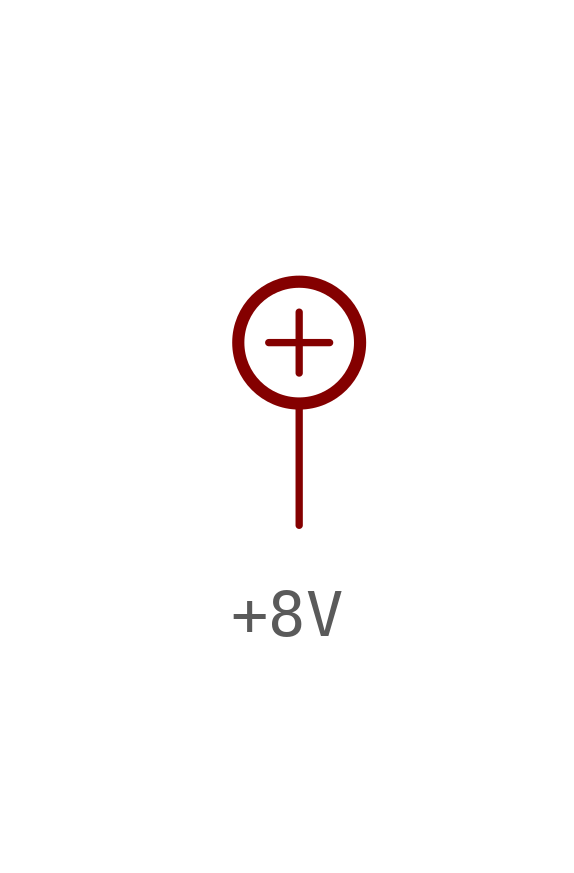
<source format=kicad_sym>
(kicad_symbol_lib
  (version 20231120)
  (generator "kicad_symbol_editor")
  (generator_version "8.0")
  (symbol "+8V"
    (power)
    (property "Reference" "#SUPPLY"
      (at 0 0 0)
      (effects (font (size 1.27 1.27)) (hide yes)))
    (property "Value" ""
      (at -1.905 3.175 0)
      (effects (font (size 1.778 1.511)) (justify left bottom)))
    (property "ki_locked" ""
      (at 0 0 0)
      (effects (font (size 1.27 1.27))))
    (symbol "+8V_1_0"
      (polyline (pts (xy -0.635 1.27) (xy 0.635 1.27)) (stroke (width 0.152) (type solid)) (fill (type none)))
      (polyline (pts (xy 0 0.635) (xy 0 1.905)) (stroke (width 0.152) (type solid)) (fill (type none)))
      (circle (center 0 1.27) (radius 1.27) (stroke (width 0.254) (type solid)) (fill (type none)))
      (pin power_in line (at 0 -2.54 90) (length 2.54) (name "+8V" (effects (font (size 0 0)))) (number "1" (effects (font (size 0 0))))))))
</source>
